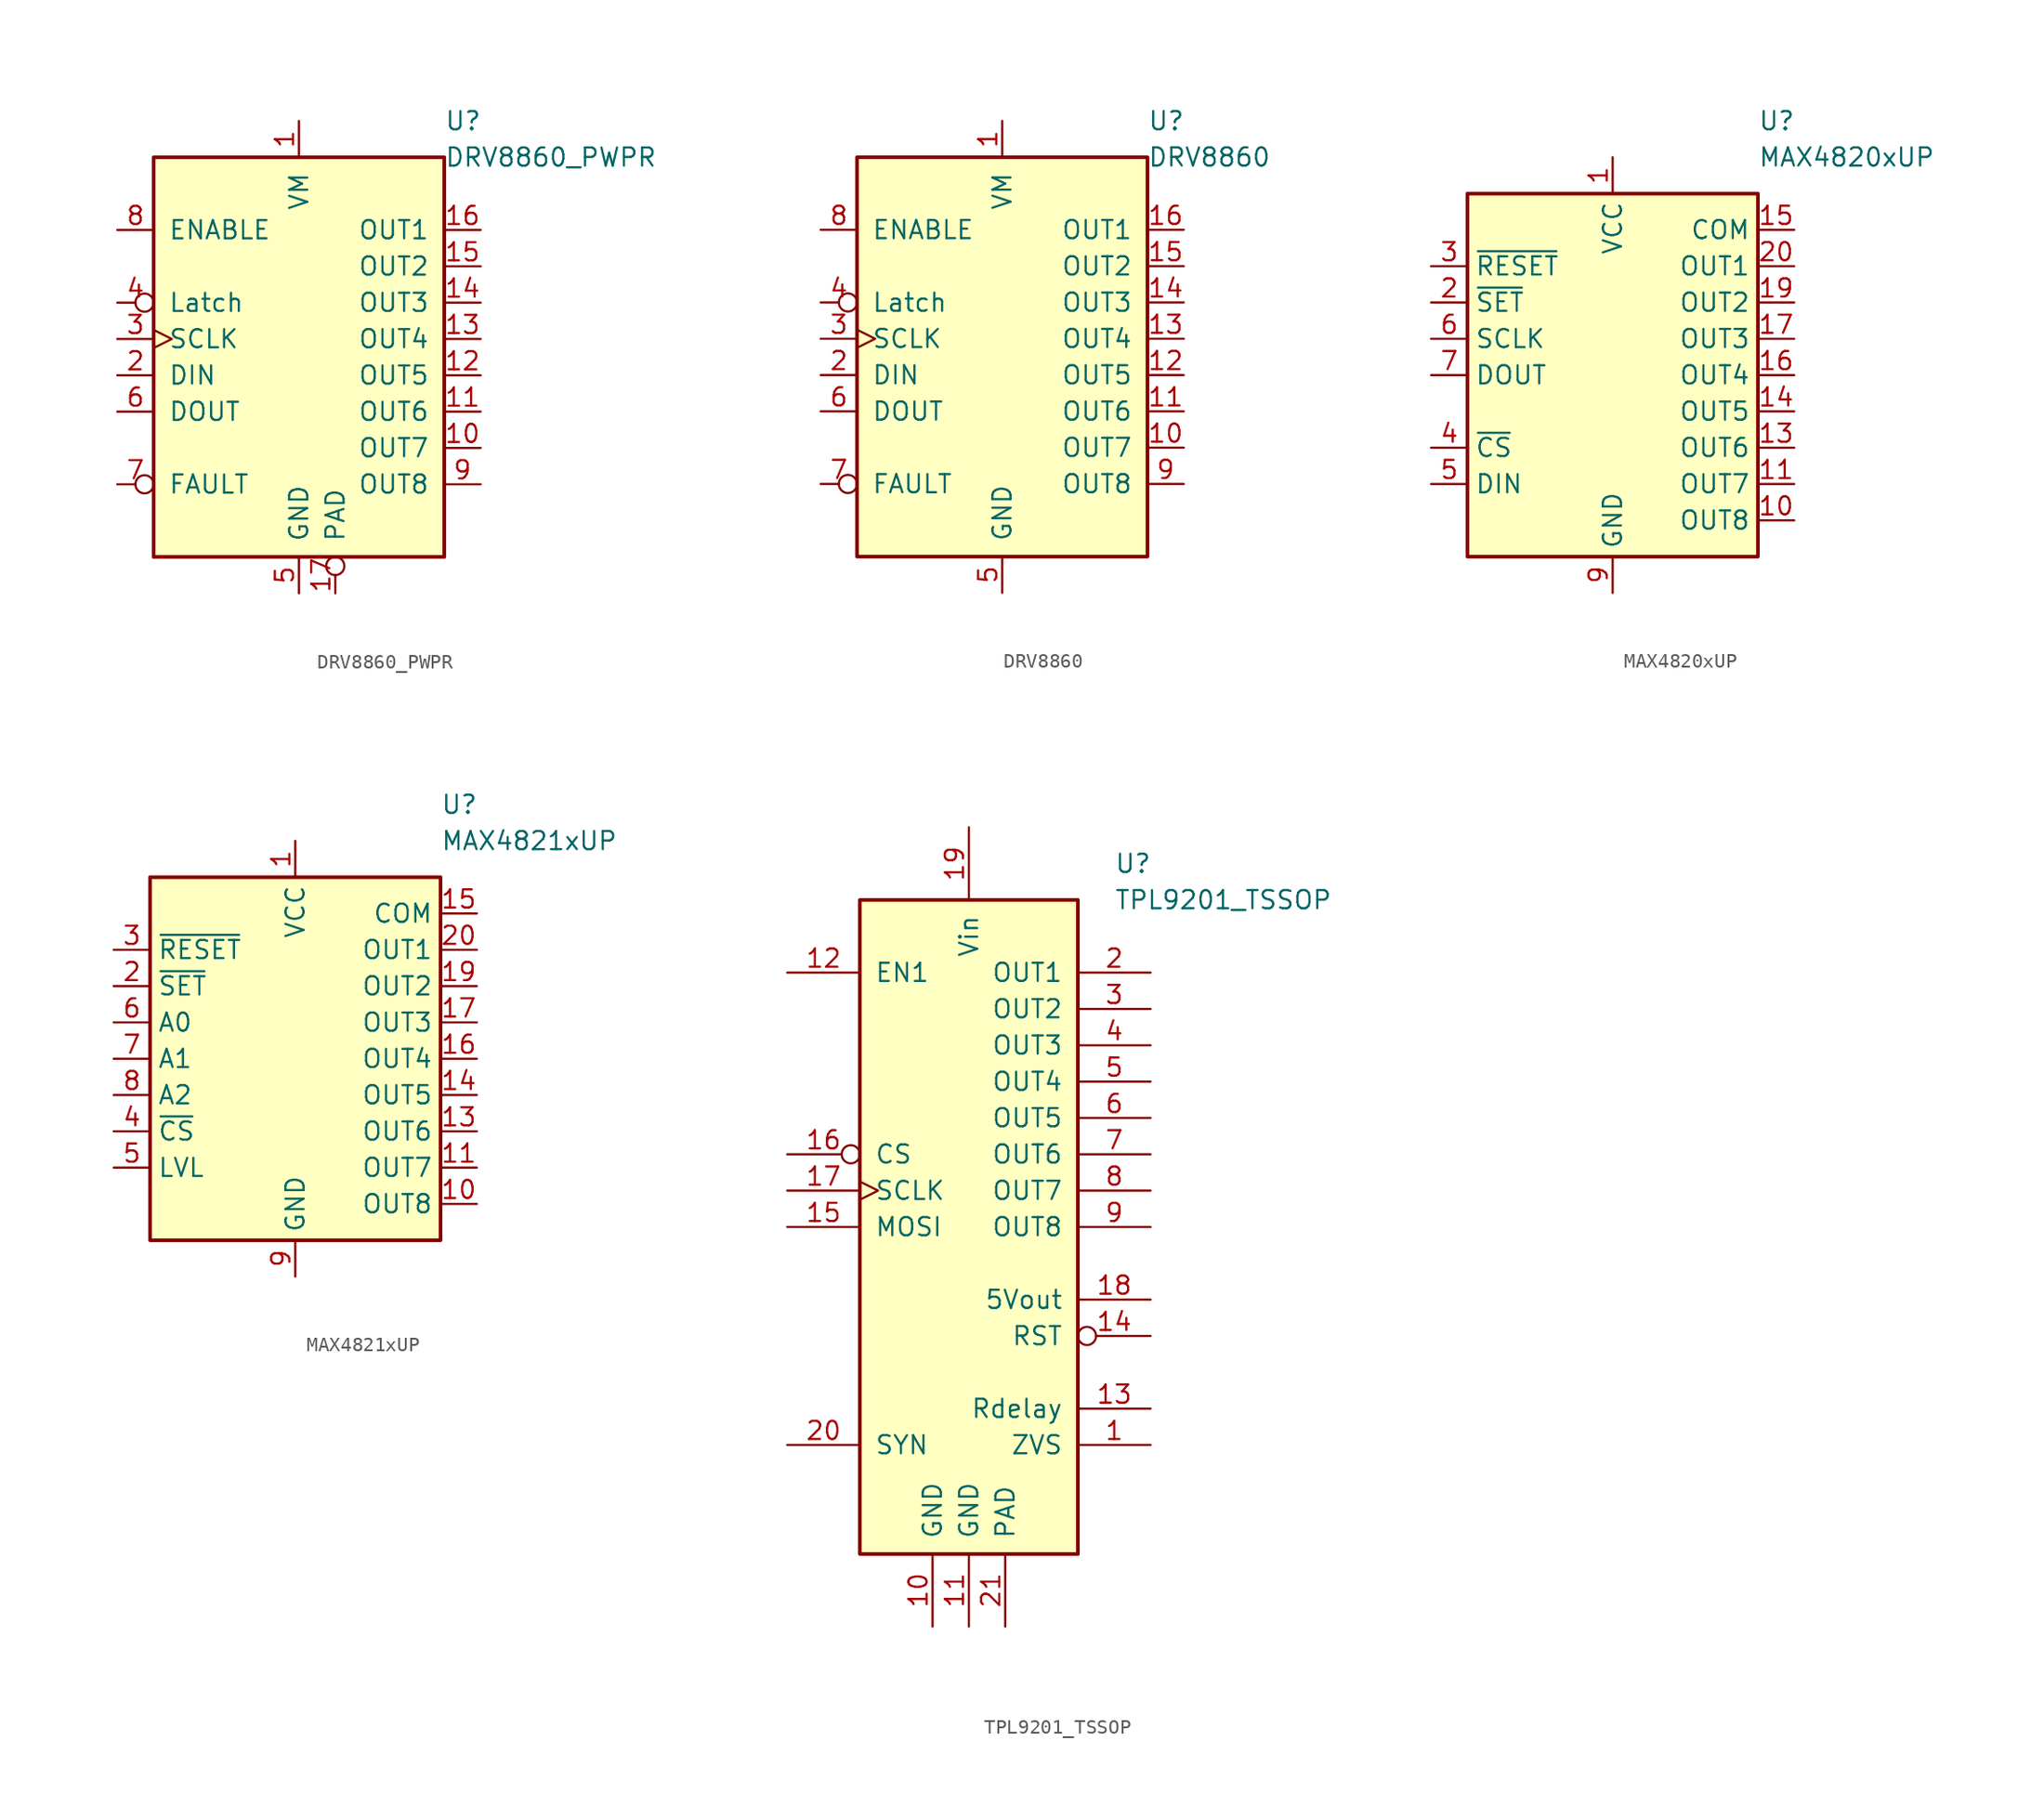
<source format=kicad_sym>
(kicad_symbol_lib
  (version 20201005)
  (generator kicad_symbol_editor)
  (symbol "Driver_Relay:DRV8860_PWPR"
    (pin_names
      (offset 1.016))
    (property "Reference" "U"
      (at 10.16 17.78 0)
      (effects (font (size 1.27 1.27)) (justify left)))
    (property "Value" "DRV8860_PWPR"
      (at 10.16 15.24 0)
      (effects (font (size 1.27 1.27)) (justify left)))
    (symbol "DRV8860_PWPR_0_1"
      (rectangle (start -10.16 15.24) (end 10.16 -12.7) (stroke (width 0.254)) (fill (type background))))
    (symbol "DRV8860_PWPR_1_1"
      (pin power_in line (at 0 17.78 270) (length 2.54) (name "VM" (effects (font (size 1.27 1.27)))) (number "1" (effects (font (size 1.27 1.27)))))
      (pin output line (at 12.7 -5.08 180) (length 2.54) (name "OUT7" (effects (font (size 1.27 1.27)))) (number "10" (effects (font (size 1.27 1.27)))))
      (pin output line (at 12.7 -2.54 180) (length 2.54) (name "OUT6" (effects (font (size 1.27 1.27)))) (number "11" (effects (font (size 1.27 1.27)))))
      (pin output line (at 12.7 0 180) (length 2.54) (name "OUT5" (effects (font (size 1.27 1.27)))) (number "12" (effects (font (size 1.27 1.27)))))
      (pin output line (at 12.7 2.54 180) (length 2.54) (name "OUT4" (effects (font (size 1.27 1.27)))) (number "13" (effects (font (size 1.27 1.27)))))
      (pin output line (at 12.7 5.08 180) (length 2.54) (name "OUT3" (effects (font (size 1.27 1.27)))) (number "14" (effects (font (size 1.27 1.27)))))
      (pin output line (at 12.7 7.62 180) (length 2.54) (name "OUT2" (effects (font (size 1.27 1.27)))) (number "15" (effects (font (size 1.27 1.27)))))
      (pin output line (at 12.7 10.16 180) (length 2.54) (name "OUT1" (effects (font (size 1.27 1.27)))) (number "16" (effects (font (size 1.27 1.27)))))
      (pin power_in inverted (at 2.54 -15.24 90) (length 2.54) (name "PAD" (effects (font (size 1.27 1.27)))) (number "17" (effects (font (size 1.27 1.27)))))
      (pin input line (at -12.7 0 0) (length 2.54) (name "DIN" (effects (font (size 1.27 1.27)))) (number "2" (effects (font (size 1.27 1.27)))))
      (pin input clock (at -12.7 2.54 0) (length 2.54) (name "SCLK" (effects (font (size 1.27 1.27)))) (number "3" (effects (font (size 1.27 1.27)))))
      (pin input inverted (at -12.7 5.08 0) (length 2.54) (name "Latch" (effects (font (size 1.27 1.27)))) (number "4" (effects (font (size 1.27 1.27)))))
      (pin power_in line (at 0 -15.24 90) (length 2.54) (name "GND" (effects (font (size 1.27 1.27)))) (number "5" (effects (font (size 1.27 1.27)))))
      (pin output line (at -12.7 -2.54 0) (length 2.54) (name "DOUT" (effects (font (size 1.27 1.27)))) (number "6" (effects (font (size 1.27 1.27)))))
      (pin open_collector inverted (at -12.7 -7.62 0) (length 2.54) (name "FAULT" (effects (font (size 1.27 1.27)))) (number "7" (effects (font (size 1.27 1.27)))))
      (pin input line (at -12.7 10.16 0) (length 2.54) (name "ENABLE" (effects (font (size 1.27 1.27)))) (number "8" (effects (font (size 1.27 1.27)))))
      (pin output line (at 12.7 -7.62 180) (length 2.54) (name "OUT8" (effects (font (size 1.27 1.27)))) (number "9" (effects (font (size 1.27 1.27)))))))
  (symbol "Driver_Relay:DRV8860"
    (pin_names
      (offset 1.016))
    (property "Reference" "U"
      (at 10.16 17.78 0)
      (effects (font (size 1.27 1.27)) (justify left)))
    (property "Value" "DRV8860"
      (at 10.16 15.24 0)
      (effects (font (size 1.27 1.27)) (justify left)))
    (symbol "DRV8860_0_1"
      (rectangle (start -10.16 15.24) (end 10.16 -12.7) (stroke (width 0.254)) (fill (type background))))
    (symbol "DRV8860_1_1"
      (pin power_in line (at 0 17.78 270) (length 2.54) (name "VM" (effects (font (size 1.27 1.27)))) (number "1" (effects (font (size 1.27 1.27)))))
      (pin output line (at 12.7 -5.08 180) (length 2.54) (name "OUT7" (effects (font (size 1.27 1.27)))) (number "10" (effects (font (size 1.27 1.27)))))
      (pin output line (at 12.7 -2.54 180) (length 2.54) (name "OUT6" (effects (font (size 1.27 1.27)))) (number "11" (effects (font (size 1.27 1.27)))))
      (pin output line (at 12.7 0 180) (length 2.54) (name "OUT5" (effects (font (size 1.27 1.27)))) (number "12" (effects (font (size 1.27 1.27)))))
      (pin output line (at 12.7 2.54 180) (length 2.54) (name "OUT4" (effects (font (size 1.27 1.27)))) (number "13" (effects (font (size 1.27 1.27)))))
      (pin output line (at 12.7 5.08 180) (length 2.54) (name "OUT3" (effects (font (size 1.27 1.27)))) (number "14" (effects (font (size 1.27 1.27)))))
      (pin output line (at 12.7 7.62 180) (length 2.54) (name "OUT2" (effects (font (size 1.27 1.27)))) (number "15" (effects (font (size 1.27 1.27)))))
      (pin output line (at 12.7 10.16 180) (length 2.54) (name "OUT1" (effects (font (size 1.27 1.27)))) (number "16" (effects (font (size 1.27 1.27)))))
      (pin input line (at -12.7 0 0) (length 2.54) (name "DIN" (effects (font (size 1.27 1.27)))) (number "2" (effects (font (size 1.27 1.27)))))
      (pin input clock (at -12.7 2.54 0) (length 2.54) (name "SCLK" (effects (font (size 1.27 1.27)))) (number "3" (effects (font (size 1.27 1.27)))))
      (pin input inverted (at -12.7 5.08 0) (length 2.54) (name "Latch" (effects (font (size 1.27 1.27)))) (number "4" (effects (font (size 1.27 1.27)))))
      (pin power_in line (at 0 -15.24 90) (length 2.54) (name "GND" (effects (font (size 1.27 1.27)))) (number "5" (effects (font (size 1.27 1.27)))))
      (pin output line (at -12.7 -2.54 0) (length 2.54) (name "DOUT" (effects (font (size 1.27 1.27)))) (number "6" (effects (font (size 1.27 1.27)))))
      (pin open_collector inverted (at -12.7 -7.62 0) (length 2.54) (name "FAULT" (effects (font (size 1.27 1.27)))) (number "7" (effects (font (size 1.27 1.27)))))
      (pin input line (at -12.7 10.16 0) (length 2.54) (name "ENABLE" (effects (font (size 1.27 1.27)))) (number "8" (effects (font (size 1.27 1.27)))))
      (pin output line (at 12.7 -7.62 180) (length 2.54) (name "OUT8" (effects (font (size 1.27 1.27)))) (number "9" (effects (font (size 1.27 1.27)))))))
  (symbol "Driver_Relay:MAX4820xUP"
    (property "Reference" "U"
      (at 10.16 17.78 0)
      (effects (font (size 1.27 1.27)) (justify left)))
    (property "Value" "MAX4820xUP"
      (at 10.16 15.24 0)
      (effects (font (size 1.27 1.27)) (justify left)))
    (symbol "MAX4820xUP_0_0"
      (pin open_collector line (at 12.7 2.54 180) (length 2.54) (name "OUT3" (effects (font (size 1.27 1.27)))) (number "17" (effects (font (size 1.27 1.27)))))
      (pin passive line (at 0 -15.24 90) (length 2.54) hide (name "GND" (effects (font (size 1.27 1.27)))) (number "18" (effects (font (size 1.27 1.27)))))
      (pin open_collector line (at 12.7 5.08 180) (length 2.54) (name "OUT2" (effects (font (size 1.27 1.27)))) (number "19" (effects (font (size 1.27 1.27)))))
      (pin open_collector line (at 12.7 7.62 180) (length 2.54) (name "OUT1" (effects (font (size 1.27 1.27)))) (number "20" (effects (font (size 1.27 1.27)))))
      (pin passive line (at 0 -15.24 90) (length 2.54) hide (name "GND" (effects (font (size 1.27 1.27)))) (number "21" (effects (font (size 1.27 1.27)))))
      (pin power_in line (at 0 -15.24 90) (length 2.54) (name "GND" (effects (font (size 1.27 1.27)))) (number "9" (effects (font (size 1.27 1.27))))))
    (symbol "MAX4820xUP_0_1"
      (rectangle (start -10.16 12.7) (end 10.16 -12.7) (stroke (width 0.254)) (fill (type background))))
    (symbol "MAX4820xUP_1_1"
      (pin power_in line (at 0 15.24 270) (length 2.54) (name "VCC" (effects (font (size 1.27 1.27)))) (number "1" (effects (font (size 1.27 1.27)))))
      (pin open_collector line (at 12.7 -10.16 180) (length 2.54) (name "OUT8" (effects (font (size 1.27 1.27)))) (number "10" (effects (font (size 1.27 1.27)))))
      (pin open_collector line (at 12.7 -7.62 180) (length 2.54) (name "OUT7" (effects (font (size 1.27 1.27)))) (number "11" (effects (font (size 1.27 1.27)))))
      (pin passive line (at 0 -15.24 90) (length 2.54) hide (name "GND" (effects (font (size 1.27 1.27)))) (number "12" (effects (font (size 1.27 1.27)))))
      (pin open_collector line (at 12.7 -5.08 180) (length 2.54) (name "OUT6" (effects (font (size 1.27 1.27)))) (number "13" (effects (font (size 1.27 1.27)))))
      (pin open_collector line (at 12.7 -2.54 180) (length 2.54) (name "OUT5" (effects (font (size 1.27 1.27)))) (number "14" (effects (font (size 1.27 1.27)))))
      (pin passive line (at 12.7 10.16 180) (length 2.54) (name "COM" (effects (font (size 1.27 1.27)))) (number "15" (effects (font (size 1.27 1.27)))))
      (pin open_collector line (at 12.7 0 180) (length 2.54) (name "OUT4" (effects (font (size 1.27 1.27)))) (number "16" (effects (font (size 1.27 1.27)))))
      (pin input line (at -12.7 5.08 0) (length 2.54) (name "~SET" (effects (font (size 1.27 1.27)))) (number "2" (effects (font (size 1.27 1.27)))))
      (pin input line (at -12.7 7.62 0) (length 2.54) (name "~RESET" (effects (font (size 1.27 1.27)))) (number "3" (effects (font (size 1.27 1.27)))))
      (pin input line (at -12.7 -5.08 0) (length 2.54) (name "~CS" (effects (font (size 1.27 1.27)))) (number "4" (effects (font (size 1.27 1.27)))))
      (pin input line (at -12.7 -7.62 0) (length 2.54) (name "DIN" (effects (font (size 1.27 1.27)))) (number "5" (effects (font (size 1.27 1.27)))))
      (pin input line (at -12.7 2.54 0) (length 2.54) (name "SCLK" (effects (font (size 1.27 1.27)))) (number "6" (effects (font (size 1.27 1.27)))))
      (pin output line (at -12.7 0 0) (length 2.54) (name "DOUT" (effects (font (size 1.27 1.27)))) (number "7" (effects (font (size 1.27 1.27)))))
      (pin no_connect line (at -10.16 -2.54 0) (length 2.54) hide (name "NC" (effects (font (size 1.27 1.27)))) (number "8" (effects (font (size 1.27 1.27)))))))
  (symbol "Driver_Relay:MAX4821xUP"
    (property "Reference" "U"
      (at 10.16 17.78 0)
      (effects (font (size 1.27 1.27)) (justify left)))
    (property "Value" "MAX4821xUP"
      (at 10.16 15.24 0)
      (effects (font (size 1.27 1.27)) (justify left)))
    (symbol "MAX4821xUP_0_0"
      (pin open_collector line (at 12.7 2.54 180) (length 2.54) (name "OUT3" (effects (font (size 1.27 1.27)))) (number "17" (effects (font (size 1.27 1.27)))))
      (pin passive line (at 0 -15.24 90) (length 2.54) hide (name "GND" (effects (font (size 1.27 1.27)))) (number "18" (effects (font (size 1.27 1.27)))))
      (pin open_collector line (at 12.7 5.08 180) (length 2.54) (name "OUT2" (effects (font (size 1.27 1.27)))) (number "19" (effects (font (size 1.27 1.27)))))
      (pin open_collector line (at 12.7 7.62 180) (length 2.54) (name "OUT1" (effects (font (size 1.27 1.27)))) (number "20" (effects (font (size 1.27 1.27)))))
      (pin passive line (at 0 -15.24 90) (length 2.54) hide (name "GND" (effects (font (size 1.27 1.27)))) (number "21" (effects (font (size 1.27 1.27)))))
      (pin power_in line (at 0 -15.24 90) (length 2.54) (name "GND" (effects (font (size 1.27 1.27)))) (number "9" (effects (font (size 1.27 1.27))))))
    (symbol "MAX4821xUP_0_1"
      (rectangle (start -10.16 12.7) (end 10.16 -12.7) (stroke (width 0.254)) (fill (type background))))
    (symbol "MAX4821xUP_1_1"
      (pin power_in line (at 0 15.24 270) (length 2.54) (name "VCC" (effects (font (size 1.27 1.27)))) (number "1" (effects (font (size 1.27 1.27)))))
      (pin open_collector line (at 12.7 -10.16 180) (length 2.54) (name "OUT8" (effects (font (size 1.27 1.27)))) (number "10" (effects (font (size 1.27 1.27)))))
      (pin open_collector line (at 12.7 -7.62 180) (length 2.54) (name "OUT7" (effects (font (size 1.27 1.27)))) (number "11" (effects (font (size 1.27 1.27)))))
      (pin passive line (at 0 -15.24 90) (length 2.54) hide (name "GND" (effects (font (size 1.27 1.27)))) (number "12" (effects (font (size 1.27 1.27)))))
      (pin open_collector line (at 12.7 -5.08 180) (length 2.54) (name "OUT6" (effects (font (size 1.27 1.27)))) (number "13" (effects (font (size 1.27 1.27)))))
      (pin open_collector line (at 12.7 -2.54 180) (length 2.54) (name "OUT5" (effects (font (size 1.27 1.27)))) (number "14" (effects (font (size 1.27 1.27)))))
      (pin passive line (at 12.7 10.16 180) (length 2.54) (name "COM" (effects (font (size 1.27 1.27)))) (number "15" (effects (font (size 1.27 1.27)))))
      (pin open_collector line (at 12.7 0 180) (length 2.54) (name "OUT4" (effects (font (size 1.27 1.27)))) (number "16" (effects (font (size 1.27 1.27)))))
      (pin input line (at -12.7 5.08 0) (length 2.54) (name "~SET" (effects (font (size 1.27 1.27)))) (number "2" (effects (font (size 1.27 1.27)))))
      (pin input line (at -12.7 7.62 0) (length 2.54) (name "~RESET" (effects (font (size 1.27 1.27)))) (number "3" (effects (font (size 1.27 1.27)))))
      (pin input line (at -12.7 -5.08 0) (length 2.54) (name "~CS" (effects (font (size 1.27 1.27)))) (number "4" (effects (font (size 1.27 1.27)))))
      (pin input line (at -12.7 -7.62 0) (length 2.54) (name "LVL" (effects (font (size 1.27 1.27)))) (number "5" (effects (font (size 1.27 1.27)))))
      (pin input line (at -12.7 2.54 0) (length 2.54) (name "A0" (effects (font (size 1.27 1.27)))) (number "6" (effects (font (size 1.27 1.27)))))
      (pin input line (at -12.7 0 0) (length 2.54) (name "A1" (effects (font (size 1.27 1.27)))) (number "7" (effects (font (size 1.27 1.27)))))
      (pin input line (at -12.7 -2.54 0) (length 2.54) (name "A2" (effects (font (size 1.27 1.27)))) (number "8" (effects (font (size 1.27 1.27)))))))
  (symbol "Driver_Relay:TPL9201_TSSOP"
    (pin_names
      (offset 1.016))
    (property "Reference" "U"
      (at 10.16 17.78 0)
      (effects (font (size 1.27 1.27)) (justify left)))
    (property "Value" "TPL9201_TSSOP"
      (at 10.16 15.24 0)
      (effects (font (size 1.27 1.27)) (justify left)))
    (symbol "TPL9201_TSSOP_0_1"
      (rectangle (start -7.62 15.24) (end 7.62 -30.48) (stroke (width 0.254)) (fill (type background))))
    (symbol "TPL9201_TSSOP_1_1"
      (pin output line (at 12.7 -22.86 180) (length 5.08) (name "ZVS" (effects (font (size 1.27 1.27)))) (number "1" (effects (font (size 1.27 1.27)))))
      (pin power_in line (at -2.54 -35.56 90) (length 5.08) (name "GND" (effects (font (size 1.27 1.27)))) (number "10" (effects (font (size 1.27 1.27)))))
      (pin power_in line (at 0 -35.56 90) (length 5.08) (name "GND" (effects (font (size 1.27 1.27)))) (number "11" (effects (font (size 1.27 1.27)))))
      (pin input line (at -12.7 10.16 0) (length 5.08) (name "EN1" (effects (font (size 1.27 1.27)))) (number "12" (effects (font (size 1.27 1.27)))))
      (pin output line (at 12.7 -20.32 180) (length 5.08) (name "Rdelay" (effects (font (size 1.27 1.27)))) (number "13" (effects (font (size 1.27 1.27)))))
      (pin bidirectional inverted (at 12.7 -15.24 180) (length 5.08) (name "RST" (effects (font (size 1.27 1.27)))) (number "14" (effects (font (size 1.27 1.27)))))
      (pin input line (at -12.7 -7.62 0) (length 5.08) (name "MOSI" (effects (font (size 1.27 1.27)))) (number "15" (effects (font (size 1.27 1.27)))))
      (pin input inverted (at -12.7 -2.54 0) (length 5.08) (name "CS" (effects (font (size 1.27 1.27)))) (number "16" (effects (font (size 1.27 1.27)))))
      (pin input clock (at -12.7 -5.08 0) (length 5.08) (name "SCLK" (effects (font (size 1.27 1.27)))) (number "17" (effects (font (size 1.27 1.27)))))
      (pin power_out line (at 12.7 -12.7 180) (length 5.08) (name "5Vout" (effects (font (size 1.27 1.27)))) (number "18" (effects (font (size 1.27 1.27)))))
      (pin power_in line (at 0 20.32 270) (length 5.08) (name "Vin" (effects (font (size 1.27 1.27)))) (number "19" (effects (font (size 1.27 1.27)))))
      (pin output line (at 12.7 10.16 180) (length 5.08) (name "OUT1" (effects (font (size 1.27 1.27)))) (number "2" (effects (font (size 1.27 1.27)))))
      (pin input line (at -12.7 -22.86 0) (length 5.08) (name "SYN" (effects (font (size 1.27 1.27)))) (number "20" (effects (font (size 1.27 1.27)))))
      (pin power_in line (at 2.54 -35.56 90) (length 5.08) (name "PAD" (effects (font (size 1.27 1.27)))) (number "21" (effects (font (size 1.27 1.27)))))
      (pin output line (at 12.7 7.62 180) (length 5.08) (name "OUT2" (effects (font (size 1.27 1.27)))) (number "3" (effects (font (size 1.27 1.27)))))
      (pin output line (at 12.7 5.08 180) (length 5.08) (name "OUT3" (effects (font (size 1.27 1.27)))) (number "4" (effects (font (size 1.27 1.27)))))
      (pin output line (at 12.7 2.54 180) (length 5.08) (name "OUT4" (effects (font (size 1.27 1.27)))) (number "5" (effects (font (size 1.27 1.27)))))
      (pin output line (at 12.7 0 180) (length 5.08) (name "OUT5" (effects (font (size 1.27 1.27)))) (number "6" (effects (font (size 1.27 1.27)))))
      (pin output line (at 12.7 -2.54 180) (length 5.08) (name "OUT6" (effects (font (size 1.27 1.27)))) (number "7" (effects (font (size 1.27 1.27)))))
      (pin output line (at 12.7 -5.08 180) (length 5.08) (name "OUT7" (effects (font (size 1.27 1.27)))) (number "8" (effects (font (size 1.27 1.27)))))
      (pin output line (at 12.7 -7.62 180) (length 5.08) (name "OUT8" (effects (font (size 1.27 1.27)))) (number "9" (effects (font (size 1.27 1.27))))))))
</source>
